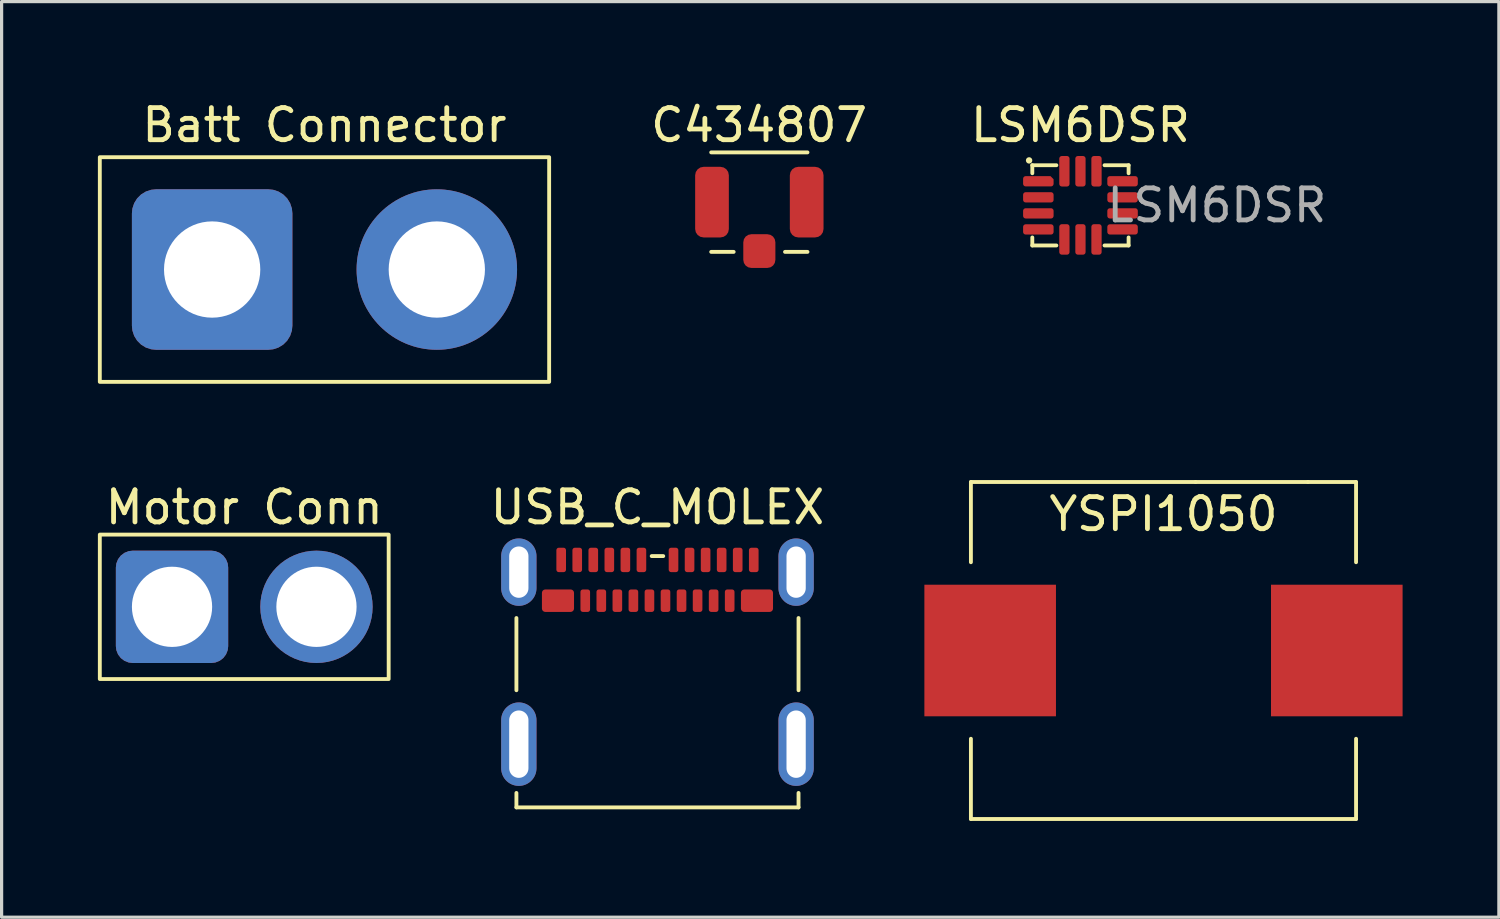
<source format=kicad_pcb>
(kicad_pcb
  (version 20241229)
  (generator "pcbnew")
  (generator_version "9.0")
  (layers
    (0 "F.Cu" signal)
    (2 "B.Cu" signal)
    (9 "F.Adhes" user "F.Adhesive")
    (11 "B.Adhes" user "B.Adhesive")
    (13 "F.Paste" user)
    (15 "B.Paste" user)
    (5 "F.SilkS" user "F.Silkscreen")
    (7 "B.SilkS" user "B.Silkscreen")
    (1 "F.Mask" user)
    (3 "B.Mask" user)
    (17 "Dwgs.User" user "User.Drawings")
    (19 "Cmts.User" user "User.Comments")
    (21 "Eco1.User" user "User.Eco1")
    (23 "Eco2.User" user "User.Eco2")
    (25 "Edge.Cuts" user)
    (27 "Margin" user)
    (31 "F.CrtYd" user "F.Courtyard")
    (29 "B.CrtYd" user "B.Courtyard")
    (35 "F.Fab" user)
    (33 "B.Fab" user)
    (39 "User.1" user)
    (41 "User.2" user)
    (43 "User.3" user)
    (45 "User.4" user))
  (footprint "Batt Connector"
    (layer "F.Cu")
    (at 7.06 5.348)
    (property "Reference" "Batt Connector" (at 0 -4.5 0) (unlocked yes) (layer "F.SilkS") (effects (font (size 1 1) (thickness 0.15))))
    (attr through_hole)
    (fp_rect (start -7 -3.5) (end 7 3.5) (stroke (width 0.12) (type solid)) (fill no) (layer "F.SilkS"))
    (pad "1" thru_hole roundrect (at -3.5 0) (size 5 5) (drill 3) (layers "*.Cu" "*.Mask") (roundrect_rratio 0.15))
    (pad "2" thru_hole circle (at 3.5 0) (size 5 5) (drill 3) (layers "*.Cu" "*.Mask")))
  (footprint "LSM6DSR"
    (layer "F.Cu")
    (at 30.614 3.348)
    (property "Reference" "LSM6DSR" (at 0 -2.5 0) (unlocked yes) (layer "F.SilkS") (effects (font (size 1 1) (thickness 0.15))))
    (attr smd)
    (fp_line (start -1.5 -1.25) (end -1.5 -1) (stroke (width 0.12) (type solid)) (layer "F.SilkS"))
    (fp_line (start -1.5 1.25) (end -1.5 1) (stroke (width 0.12) (type solid)) (layer "F.SilkS"))
    (fp_line (start -0.75 -1.25) (end -1.5 -1.25) (stroke (width 0.12) (type solid)) (layer "F.SilkS"))
    (fp_line (start -0.75 1.25) (end -1.5 1.25) (stroke (width 0.12) (type solid)) (layer "F.SilkS"))
    (fp_line (start 0.75 -1.25) (end 1.5 -1.25) (stroke (width 0.12) (type solid)) (layer "F.SilkS"))
    (fp_line (start 1.5 -1.25) (end 1.5 -1) (stroke (width 0.12) (type solid)) (layer "F.SilkS"))
    (fp_line (start 1.5 1) (end 1.5 1.25) (stroke (width 0.12) (type solid)) (layer "F.SilkS"))
    (fp_line (start 1.5 1.25) (end 0.75 1.25) (stroke (width 0.12) (type solid)) (layer "F.SilkS"))
    (fp_circle (center -1.6 -1.4) (end -1.5 -1.4) (stroke (width 0) (type solid)) (fill yes) (layer "F.SilkS"))
    (fp_text user "${REFERENCE}" (at 4.25 0 0) (unlocked yes) (layer "F.Fab") (effects (font (size 1 1) (thickness 0.15))))
    (pad "1" smd roundrect (at -1.312 -0.75) (size 0.95 0.32) (layers "F.Cu" "F.Mask" "F.Paste") (roundrect_rratio 0.25) (chamfer_ratio 0.3) (chamfer top_right))
    (pad "2" smd roundrect (at -1.312 -0.25) (size 0.95 0.32) (layers "F.Cu" "F.Mask" "F.Paste") (roundrect_rratio 0.25))
    (pad "3" smd roundrect (at -1.312 0.25) (size 0.95 0.32) (layers "F.Cu" "F.Mask" "F.Paste") (roundrect_rratio 0.25))
    (pad "4" smd roundrect (at -1.312 0.75) (size 0.95 0.32) (layers "F.Cu" "F.Mask" "F.Paste") (roundrect_rratio 0.25))
    (pad "5" smd roundrect (at -0.5 1.062 90) (size 0.95 0.32) (layers "F.Cu" "F.Mask" "F.Paste") (roundrect_rratio 0.25))
    (pad "6" smd roundrect (at 0 1.062 90) (size 0.95 0.32) (layers "F.Cu" "F.Mask" "F.Paste") (roundrect_rratio 0.25))
    (pad "7" smd roundrect (at 0.5 1.062 90) (size 0.95 0.32) (layers "F.Cu" "F.Mask" "F.Paste") (roundrect_rratio 0.25))
    (pad "8" smd roundrect (at 1.312 0.75) (size 0.95 0.32) (layers "F.Cu" "F.Mask" "F.Paste") (roundrect_rratio 0.25))
    (pad "9" smd roundrect (at 1.312 0.25) (size 0.95 0.32) (layers "F.Cu" "F.Mask" "F.Paste") (roundrect_rratio 0.25))
    (pad "10" smd roundrect (at 1.312 -0.25) (size 0.95 0.32) (layers "F.Cu" "F.Mask" "F.Paste") (roundrect_rratio 0.25))
    (pad "11" smd roundrect (at 1.312 -0.75) (size 0.95 0.32) (layers "F.Cu" "F.Mask" "F.Paste") (roundrect_rratio 0.25))
    (pad "12" smd roundrect (at 0.5 -1.062 90) (size 0.95 0.32) (layers "F.Cu" "F.Mask" "F.Paste") (roundrect_rratio 0.25))
    (pad "13" smd roundrect (at 0 -1.062 90) (size 0.95 0.32) (layers "F.Cu" "F.Mask" "F.Paste") (roundrect_rratio 0.25))
    (pad "14" smd roundrect (at -0.5 -1.062 90) (size 0.95 0.32) (layers "F.Cu" "F.Mask" "F.Paste") (roundrect_rratio 0.25)))
  (footprint "Motor Conn"
    (layer "F.Cu")
    (at 4.56 15.857)
    (property "Reference" "Motor Conn" (at 0 -3.1 0) (unlocked yes) (layer "F.SilkS") (effects (font (size 1 1) (thickness 0.15))))
    (attr through_hole)
    (fp_rect (start -4.5 -2.25) (end 4.5 2.25) (stroke (width 0.12) (type solid)) (fill no) (layer "F.SilkS"))
    (pad "1" thru_hole roundrect (at -2.25 0) (size 3.5 3.5) (drill 2.5) (layers "*.Cu" "*.Mask") (roundrect_rratio 0.15))
    (pad "2" thru_hole circle (at 2.25 0) (size 3.5 3.5) (drill 2.5) (layers "*.Cu" "*.Mask")))
  (footprint "YSPI1050"
    (layer "F.Cu")
    (at 33.201 17.218)
    (property "Reference" "YSPI1050" (at 0 -4.25 0) (unlocked yes) (layer "F.SilkS") (effects (font (size 1 1) (thickness 0.15))))
    (attr smd)
    (fp_line (start -6 -5.25) (end -6 -2.75) (stroke (width 0.12) (type solid)) (layer "F.SilkS"))
    (fp_line (start -6 2.75) (end -6 5.25) (stroke (width 0.12) (type solid)) (layer "F.SilkS"))
    (fp_line (start -6 5.25) (end 6 5.25) (stroke (width 0.12) (type solid)) (layer "F.SilkS"))
    (fp_line (start 1 -5.25) (end -6 -5.25) (stroke (width 0.12) (type solid)) (layer "F.SilkS"))
    (fp_line (start 4.5 -5.25) (end 1 -5.25) (stroke (width 0.12) (type solid)) (layer "F.SilkS"))
    (fp_line (start 4.5 -5.25) (end 6 -5.25) (stroke (width 0.12) (type solid)) (layer "F.SilkS"))
    (fp_line (start 6 -5.25) (end 6 -2.75) (stroke (width 0.12) (type solid)) (layer "F.SilkS"))
    (fp_line (start 6 5.25) (end 6 2.75) (stroke (width 0.12) (type solid)) (layer "F.SilkS"))
    (pad "1" smd custom (at -5.4 0) (size 4.1 4.1) (layers "F.Cu" "F.Mask" "F.Paste") (options (anchor rect)) (primitives))
    (pad "2" smd custom (at 5.4 0) (size 4.1 4.1) (layers "F.Cu" "F.Mask" "F.Paste") (options (anchor rect)) (primitives)))
  (footprint "C434807"
    (layer "F.Cu")
    (at 20.609 3.248)
    (property "Reference" "C434807" (at -0.007 -2.4 0) (unlocked yes) (layer "F.SilkS") (effects (font (size 1 1) (thickness 0.15))))
    (attr smd)
    (fp_line (start -1.5 -1.55) (end 1.5 -1.55) (stroke (width 0.12) (type solid)) (layer "F.SilkS"))
    (fp_line (start -1.5 1.55) (end -0.8 1.55) (stroke (width 0.12) (type solid)) (layer "F.SilkS"))
    (fp_line (start 0.8 1.55) (end 1.5 1.55) (stroke (width 0.12) (type solid)) (layer "F.SilkS"))
    (pad "1" smd roundrect (at -1.475 0) (size 1.05 2.2) (layers "F.Cu" "F.Mask" "F.Paste") (roundrect_rratio 0.25))
    (pad "1" smd roundrect (at 1.475 0) (size 1.05 2.2) (layers "F.Cu" "F.Mask" "F.Paste") (roundrect_rratio 0.25))
    (pad "2" smd roundrect (at 0 1.525) (size 1 1.05) (layers "F.Cu" "F.Mask" "F.Paste") (roundrect_rratio 0.25)))
  (footprint "USB_C_MOLEX"
    (layer "F.Cu")
    (at 17.435 17.456)
    (property "Reference" "USB_C_MOLEX" (at 0 -4.7 0) (unlocked yes) (layer "F.SilkS") (effects (font (size 1 1) (thickness 0.15))))
    (attr smd)
    (fp_line (start -4.395 -1.25) (end -4.395 1) (stroke (width 0.12) (type solid)) (layer "F.SilkS"))
    (fp_line (start -4.395 4.2) (end -4.395 4.65) (stroke (width 0.12) (type solid)) (layer "F.SilkS"))
    (fp_line (start 0.18 -3.18) (end -0.18 -3.18) (stroke (width 0.12) (type solid)) (layer "F.SilkS"))
    (fp_line (start 4.395 -1.25) (end 4.395 1) (stroke (width 0.12) (type solid)) (layer "F.SilkS"))
    (fp_line (start 4.395 4.2) (end 4.395 4.65) (stroke (width 0.12) (type solid)) (layer "F.SilkS"))
    (fp_line (start 4.395 4.65) (end -4.395 4.65) (stroke (width 0.12) (type solid)) (layer "F.SilkS"))
    (pad "A1" smd roundrect (at -3 -3.06) (size 0.3 0.76) (layers "F.Cu" "F.Mask" "F.Paste") (roundrect_rratio 0.25))
    (pad "A2" smd roundrect (at -2.5 -3.06) (size 0.3 0.76) (layers "F.Cu" "F.Mask" "F.Paste") (roundrect_rratio 0.25))
    (pad "A3" smd roundrect (at -2 -3.06) (size 0.3 0.76) (layers "F.Cu" "F.Mask" "F.Paste") (roundrect_rratio 0.25))
    (pad "A4" smd roundrect (at -1.5 -3.06) (size 0.3 0.76) (layers "F.Cu" "F.Mask" "F.Paste") (roundrect_rratio 0.25))
    (pad "A5" smd roundrect (at -1 -3.06) (size 0.3 0.76) (layers "F.Cu" "F.Mask" "F.Paste") (roundrect_rratio 0.25))
    (pad "A6" smd roundrect (at -0.5 -3.06) (size 0.3 0.76) (layers "F.Cu" "F.Mask" "F.Paste") (roundrect_rratio 0.25))
    (pad "A7" smd roundrect (at 0.5 -3.06) (size 0.3 0.76) (layers "F.Cu" "F.Mask" "F.Paste") (roundrect_rratio 0.25))
    (pad "A8" smd roundrect (at 1 -3.06) (size 0.3 0.76) (layers "F.Cu" "F.Mask" "F.Paste") (roundrect_rratio 0.25))
    (pad "A9" smd roundrect (at 1.5 -3.06) (size 0.3 0.76) (layers "F.Cu" "F.Mask" "F.Paste") (roundrect_rratio 0.25))
    (pad "A10" smd roundrect (at 2 -3.06) (size 0.3 0.76) (layers "F.Cu" "F.Mask" "F.Paste") (roundrect_rratio 0.25))
    (pad "A11" smd roundrect (at 2.5 -3.06) (size 0.3 0.76) (layers "F.Cu" "F.Mask" "F.Paste") (roundrect_rratio 0.25))
    (pad "A12" smd roundrect (at 3 -3.06) (size 0.3 0.76) (layers "F.Cu" "F.Mask" "F.Paste") (roundrect_rratio 0.25))
    (pad "B1" smd roundrect (at 3.1 -1.79) (size 1 0.7) (layers "F.Cu" "F.Mask" "F.Paste") (roundrect_rratio 0.15))
    (pad "B2" smd roundrect (at 2.25 -1.79) (size 0.3 0.7) (layers "F.Cu" "F.Mask" "F.Paste") (roundrect_rratio 0.25))
    (pad "B3" smd roundrect (at 1.75 -1.79) (size 0.3 0.7) (layers "F.Cu" "F.Mask" "F.Paste") (roundrect_rratio 0.25))
    (pad "B4" smd roundrect (at 1.25 -1.79) (size 0.3 0.7) (layers "F.Cu" "F.Mask" "F.Paste") (roundrect_rratio 0.25))
    (pad "B5" smd roundrect (at 0.75 -1.79) (size 0.3 0.7) (layers "F.Cu" "F.Mask" "F.Paste") (roundrect_rratio 0.25))
    (pad "B6" smd roundrect (at 0.25 -1.79) (size 0.3 0.7) (layers "F.Cu" "F.Mask" "F.Paste") (roundrect_rratio 0.25))
    (pad "B7" smd roundrect (at -0.25 -1.79) (size 0.3 0.7) (layers "F.Cu" "F.Mask" "F.Paste") (roundrect_rratio 0.25))
    (pad "B8" smd roundrect (at -0.75 -1.79) (size 0.3 0.7) (layers "F.Cu" "F.Mask" "F.Paste") (roundrect_rratio 0.25))
    (pad "B9" smd roundrect (at -1.25 -1.79) (size 0.3 0.7) (layers "F.Cu" "F.Mask" "F.Paste") (roundrect_rratio 0.25))
    (pad "B10" smd roundrect (at -1.75 -1.79) (size 0.3 0.7) (layers "F.Cu" "F.Mask" "F.Paste") (roundrect_rratio 0.25))
    (pad "B11" smd roundrect (at -2.25 -1.79) (size 0.3 0.7) (layers "F.Cu" "F.Mask" "F.Paste") (roundrect_rratio 0.25))
    (pad "B12" smd roundrect (at -3.1 -1.79) (size 1 0.7) (layers "F.Cu" "F.Mask" "F.Paste") (roundrect_rratio 0.15))
    (pad "S1" thru_hole oval (at -4.32 -2.68) (size 1.1 2.1) (drill oval 0.6 1.6) (layers "*.Cu" "*.Mask"))
    (pad "S1" thru_hole oval (at -4.32 2.68) (size 1.1 2.6) (drill oval 0.6 2.1) (layers "*.Cu" "*.Mask"))
    (pad "S1" thru_hole oval (at 4.32 -2.68) (size 1.1 2.1) (drill oval 0.6 1.6) (layers "*.Cu" "*.Mask"))
    (pad "S1" thru_hole oval (at 4.32 2.68) (size 1.1 2.6) (drill oval 0.6 2.1) (layers "*.Cu" "*.Mask")))
  (gr_rect
    (start -3 -3)
    (end 43.651 25.528)
    (stroke (width 0.1) (type default))
    (fill no)
    (layer "Edge.Cuts")))
</source>
